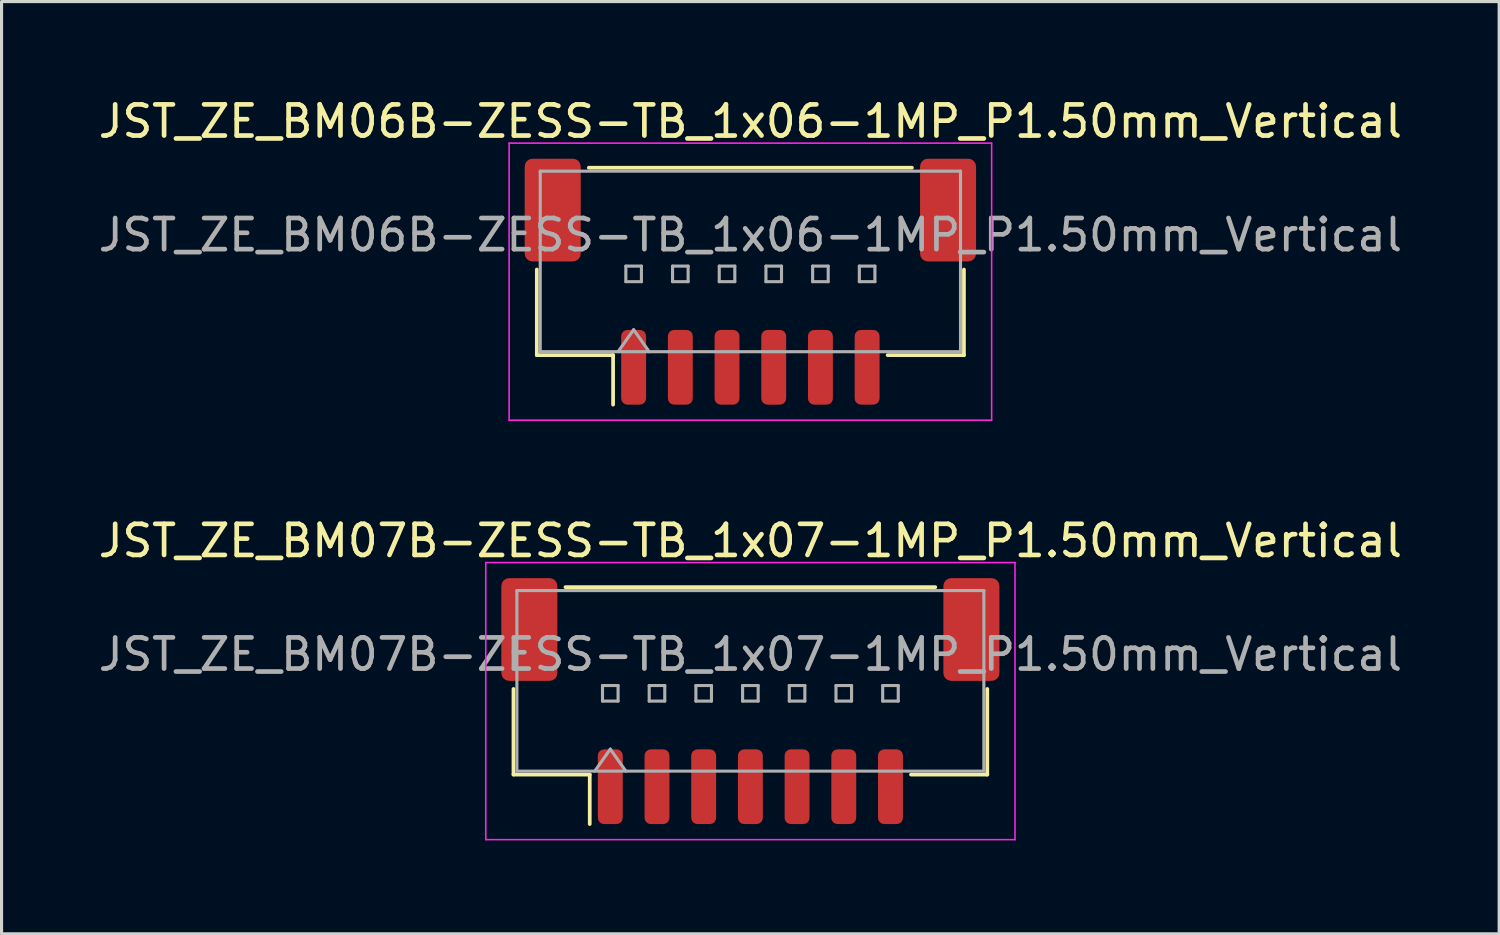
<source format=kicad_pcb>
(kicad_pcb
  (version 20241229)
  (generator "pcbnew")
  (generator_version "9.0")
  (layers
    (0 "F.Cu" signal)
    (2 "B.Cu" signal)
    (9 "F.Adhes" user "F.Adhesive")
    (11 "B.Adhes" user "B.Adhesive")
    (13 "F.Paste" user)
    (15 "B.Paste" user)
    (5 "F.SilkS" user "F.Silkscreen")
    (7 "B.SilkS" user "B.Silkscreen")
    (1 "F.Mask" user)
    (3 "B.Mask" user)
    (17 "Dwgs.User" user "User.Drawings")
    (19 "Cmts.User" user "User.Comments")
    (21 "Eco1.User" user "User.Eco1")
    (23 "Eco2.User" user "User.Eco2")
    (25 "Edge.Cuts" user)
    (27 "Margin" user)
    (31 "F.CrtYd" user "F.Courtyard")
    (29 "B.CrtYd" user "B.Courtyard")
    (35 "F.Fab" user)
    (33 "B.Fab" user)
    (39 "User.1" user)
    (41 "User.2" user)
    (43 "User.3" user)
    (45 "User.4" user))
  (footprint "JST_ZE_BM06B-ZESS-TB_1x06-1MP_P1.50mm_Vertical"
    (layer "F.Cu")
    (at 21.054 5.998)
    (property "Reference" "JST_ZE_BM06B-ZESS-TB_1x06-1MP_P1.50mm_Vertical" (at 0 -5.15 0) (layer "F.SilkS") (effects (font (size 1 1) (thickness 0.15))))
    (attr smd)
    (fp_line (start -6.86 -0.39) (end -6.86 2.36) (stroke (width 0.12) (type solid)) (layer "F.SilkS"))
    (fp_line (start -6.86 2.36) (end -4.41 2.36) (stroke (width 0.12) (type solid)) (layer "F.SilkS"))
    (fp_line (start -5.19 -3.66) (end 5.19 -3.66) (stroke (width 0.12) (type solid)) (layer "F.SilkS"))
    (fp_line (start -4.41 2.36) (end -4.41 3.95) (stroke (width 0.12) (type solid)) (layer "F.SilkS"))
    (fp_line (start 6.86 -0.39) (end 6.86 2.36) (stroke (width 0.12) (type solid)) (layer "F.SilkS"))
    (fp_line (start 6.86 2.36) (end 4.41 2.36) (stroke (width 0.12) (type solid)) (layer "F.SilkS"))
    (fp_line (start -7.75 -4.45) (end -7.75 4.45) (stroke (width 0.05) (type solid)) (layer "F.CrtYd"))
    (fp_line (start -7.75 4.45) (end 7.75 4.45) (stroke (width 0.05) (type solid)) (layer "F.CrtYd"))
    (fp_line (start 7.75 -4.45) (end -7.75 -4.45) (stroke (width 0.05) (type solid)) (layer "F.CrtYd"))
    (fp_line (start 7.75 4.45) (end 7.75 -4.45) (stroke (width 0.05) (type solid)) (layer "F.CrtYd"))
    (fp_line (start -6.75 -3.55) (end 6.75 -3.55) (stroke (width 0.1) (type solid)) (layer "F.Fab"))
    (fp_line (start -6.75 2.25) (end -6.75 -3.55) (stroke (width 0.1) (type solid)) (layer "F.Fab"))
    (fp_line (start -6.75 2.25) (end 6.75 2.25) (stroke (width 0.1) (type solid)) (layer "F.Fab"))
    (fp_line (start -4.25 2.25) (end -3.75 1.543) (stroke (width 0.1) (type solid)) (layer "F.Fab"))
    (fp_line (start -4 -0.5) (end -4 0) (stroke (width 0.1) (type solid)) (layer "F.Fab"))
    (fp_line (start -4 0) (end -3.5 0) (stroke (width 0.1) (type solid)) (layer "F.Fab"))
    (fp_line (start -3.75 1.543) (end -3.25 2.25) (stroke (width 0.1) (type solid)) (layer "F.Fab"))
    (fp_line (start -3.5 -0.5) (end -4 -0.5) (stroke (width 0.1) (type solid)) (layer "F.Fab"))
    (fp_line (start -3.5 0) (end -3.5 -0.5) (stroke (width 0.1) (type solid)) (layer "F.Fab"))
    (fp_line (start -2.5 -0.5) (end -2.5 0) (stroke (width 0.1) (type solid)) (layer "F.Fab"))
    (fp_line (start -2.5 0) (end -2 0) (stroke (width 0.1) (type solid)) (layer "F.Fab"))
    (fp_line (start -2 -0.5) (end -2.5 -0.5) (stroke (width 0.1) (type solid)) (layer "F.Fab"))
    (fp_line (start -2 0) (end -2 -0.5) (stroke (width 0.1) (type solid)) (layer "F.Fab"))
    (fp_line (start -1 -0.5) (end -1 0) (stroke (width 0.1) (type solid)) (layer "F.Fab"))
    (fp_line (start -1 0) (end -0.5 0) (stroke (width 0.1) (type solid)) (layer "F.Fab"))
    (fp_line (start -0.5 -0.5) (end -1 -0.5) (stroke (width 0.1) (type solid)) (layer "F.Fab"))
    (fp_line (start -0.5 0) (end -0.5 -0.5) (stroke (width 0.1) (type solid)) (layer "F.Fab"))
    (fp_line (start 0.5 -0.5) (end 0.5 0) (stroke (width 0.1) (type solid)) (layer "F.Fab"))
    (fp_line (start 0.5 0) (end 1 0) (stroke (width 0.1) (type solid)) (layer "F.Fab"))
    (fp_line (start 1 -0.5) (end 0.5 -0.5) (stroke (width 0.1) (type solid)) (layer "F.Fab"))
    (fp_line (start 1 0) (end 1 -0.5) (stroke (width 0.1) (type solid)) (layer "F.Fab"))
    (fp_line (start 2 -0.5) (end 2 0) (stroke (width 0.1) (type solid)) (layer "F.Fab"))
    (fp_line (start 2 0) (end 2.5 0) (stroke (width 0.1) (type solid)) (layer "F.Fab"))
    (fp_line (start 2.5 -0.5) (end 2 -0.5) (stroke (width 0.1) (type solid)) (layer "F.Fab"))
    (fp_line (start 2.5 0) (end 2.5 -0.5) (stroke (width 0.1) (type solid)) (layer "F.Fab"))
    (fp_line (start 3.5 -0.5) (end 3.5 0) (stroke (width 0.1) (type solid)) (layer "F.Fab"))
    (fp_line (start 3.5 0) (end 4 0) (stroke (width 0.1) (type solid)) (layer "F.Fab"))
    (fp_line (start 4 -0.5) (end 3.5 -0.5) (stroke (width 0.1) (type solid)) (layer "F.Fab"))
    (fp_line (start 4 0) (end 4 -0.5) (stroke (width 0.1) (type solid)) (layer "F.Fab"))
    (fp_line (start 6.75 2.25) (end 6.75 -3.55) (stroke (width 0.1) (type solid)) (layer "F.Fab"))
    (fp_text user "${REFERENCE}" (at 0 -1.5 0) (layer "F.Fab") (effects (font (size 1 1) (thickness 0.15))))
    (pad "1" smd roundrect (at -3.75 2.75) (size 0.8 2.4) (layers "F.Cu" "F.Mask" "F.Paste") (roundrect_rratio 0.25))
    (pad "2" smd roundrect (at -2.25 2.75) (size 0.8 2.4) (layers "F.Cu" "F.Mask" "F.Paste") (roundrect_rratio 0.25))
    (pad "3" smd roundrect (at -0.75 2.75) (size 0.8 2.4) (layers "F.Cu" "F.Mask" "F.Paste") (roundrect_rratio 0.25))
    (pad "4" smd roundrect (at 0.75 2.75) (size 0.8 2.4) (layers "F.Cu" "F.Mask" "F.Paste") (roundrect_rratio 0.25))
    (pad "5" smd roundrect (at 2.25 2.75) (size 0.8 2.4) (layers "F.Cu" "F.Mask" "F.Paste") (roundrect_rratio 0.25))
    (pad "6" smd roundrect (at 3.75 2.75) (size 0.8 2.4) (layers "F.Cu" "F.Mask" "F.Paste") (roundrect_rratio 0.25))
    (pad "MP" smd roundrect (at -6.35 -2.3) (size 1.8 3.3) (layers "F.Cu" "F.Mask" "F.Paste") (roundrect_rratio 0.139))
    (pad "MP" smd roundrect (at 6.35 -2.3) (size 1.8 3.3) (layers "F.Cu" "F.Mask" "F.Paste") (roundrect_rratio 0.139)))
  (footprint "JST_ZE_BM07B-ZESS-TB_1x07-1MP_P1.50mm_Vertical"
    (layer "F.Cu")
    (at 21.054 19.471)
    (property "Reference" "JST_ZE_BM07B-ZESS-TB_1x07-1MP_P1.50mm_Vertical" (at 0 -5.15 0) (layer "F.SilkS") (effects (font (size 1 1) (thickness 0.15))))
    (attr smd)
    (fp_line (start -7.61 -0.39) (end -7.61 2.36) (stroke (width 0.12) (type solid)) (layer "F.SilkS"))
    (fp_line (start -7.61 2.36) (end -5.16 2.36) (stroke (width 0.12) (type solid)) (layer "F.SilkS"))
    (fp_line (start -5.94 -3.66) (end 5.94 -3.66) (stroke (width 0.12) (type solid)) (layer "F.SilkS"))
    (fp_line (start -5.16 2.36) (end -5.16 3.95) (stroke (width 0.12) (type solid)) (layer "F.SilkS"))
    (fp_line (start 7.61 -0.39) (end 7.61 2.36) (stroke (width 0.12) (type solid)) (layer "F.SilkS"))
    (fp_line (start 7.61 2.36) (end 5.16 2.36) (stroke (width 0.12) (type solid)) (layer "F.SilkS"))
    (fp_line (start -8.5 -4.45) (end -8.5 4.45) (stroke (width 0.05) (type solid)) (layer "F.CrtYd"))
    (fp_line (start -8.5 4.45) (end 8.5 4.45) (stroke (width 0.05) (type solid)) (layer "F.CrtYd"))
    (fp_line (start 8.5 -4.45) (end -8.5 -4.45) (stroke (width 0.05) (type solid)) (layer "F.CrtYd"))
    (fp_line (start 8.5 4.45) (end 8.5 -4.45) (stroke (width 0.05) (type solid)) (layer "F.CrtYd"))
    (fp_line (start -7.5 -3.55) (end 7.5 -3.55) (stroke (width 0.1) (type solid)) (layer "F.Fab"))
    (fp_line (start -7.5 2.25) (end -7.5 -3.55) (stroke (width 0.1) (type solid)) (layer "F.Fab"))
    (fp_line (start -7.5 2.25) (end 7.5 2.25) (stroke (width 0.1) (type solid)) (layer "F.Fab"))
    (fp_line (start -5 2.25) (end -4.5 1.543) (stroke (width 0.1) (type solid)) (layer "F.Fab"))
    (fp_line (start -4.75 -0.5) (end -4.75 0) (stroke (width 0.1) (type solid)) (layer "F.Fab"))
    (fp_line (start -4.75 0) (end -4.25 0) (stroke (width 0.1) (type solid)) (layer "F.Fab"))
    (fp_line (start -4.5 1.543) (end -4 2.25) (stroke (width 0.1) (type solid)) (layer "F.Fab"))
    (fp_line (start -4.25 -0.5) (end -4.75 -0.5) (stroke (width 0.1) (type solid)) (layer "F.Fab"))
    (fp_line (start -4.25 0) (end -4.25 -0.5) (stroke (width 0.1) (type solid)) (layer "F.Fab"))
    (fp_line (start -3.25 -0.5) (end -3.25 0) (stroke (width 0.1) (type solid)) (layer "F.Fab"))
    (fp_line (start -3.25 0) (end -2.75 0) (stroke (width 0.1) (type solid)) (layer "F.Fab"))
    (fp_line (start -2.75 -0.5) (end -3.25 -0.5) (stroke (width 0.1) (type solid)) (layer "F.Fab"))
    (fp_line (start -2.75 0) (end -2.75 -0.5) (stroke (width 0.1) (type solid)) (layer "F.Fab"))
    (fp_line (start -1.75 -0.5) (end -1.75 0) (stroke (width 0.1) (type solid)) (layer "F.Fab"))
    (fp_line (start -1.75 0) (end -1.25 0) (stroke (width 0.1) (type solid)) (layer "F.Fab"))
    (fp_line (start -1.25 -0.5) (end -1.75 -0.5) (stroke (width 0.1) (type solid)) (layer "F.Fab"))
    (fp_line (start -1.25 0) (end -1.25 -0.5) (stroke (width 0.1) (type solid)) (layer "F.Fab"))
    (fp_line (start -0.25 -0.5) (end -0.25 0) (stroke (width 0.1) (type solid)) (layer "F.Fab"))
    (fp_line (start -0.25 0) (end 0.25 0) (stroke (width 0.1) (type solid)) (layer "F.Fab"))
    (fp_line (start 0.25 -0.5) (end -0.25 -0.5) (stroke (width 0.1) (type solid)) (layer "F.Fab"))
    (fp_line (start 0.25 0) (end 0.25 -0.5) (stroke (width 0.1) (type solid)) (layer "F.Fab"))
    (fp_line (start 1.25 -0.5) (end 1.25 0) (stroke (width 0.1) (type solid)) (layer "F.Fab"))
    (fp_line (start 1.25 0) (end 1.75 0) (stroke (width 0.1) (type solid)) (layer "F.Fab"))
    (fp_line (start 1.75 -0.5) (end 1.25 -0.5) (stroke (width 0.1) (type solid)) (layer "F.Fab"))
    (fp_line (start 1.75 0) (end 1.75 -0.5) (stroke (width 0.1) (type solid)) (layer "F.Fab"))
    (fp_line (start 2.75 -0.5) (end 2.75 0) (stroke (width 0.1) (type solid)) (layer "F.Fab"))
    (fp_line (start 2.75 0) (end 3.25 0) (stroke (width 0.1) (type solid)) (layer "F.Fab"))
    (fp_line (start 3.25 -0.5) (end 2.75 -0.5) (stroke (width 0.1) (type solid)) (layer "F.Fab"))
    (fp_line (start 3.25 0) (end 3.25 -0.5) (stroke (width 0.1) (type solid)) (layer "F.Fab"))
    (fp_line (start 4.25 -0.5) (end 4.25 0) (stroke (width 0.1) (type solid)) (layer "F.Fab"))
    (fp_line (start 4.25 0) (end 4.75 0) (stroke (width 0.1) (type solid)) (layer "F.Fab"))
    (fp_line (start 4.75 -0.5) (end 4.25 -0.5) (stroke (width 0.1) (type solid)) (layer "F.Fab"))
    (fp_line (start 4.75 0) (end 4.75 -0.5) (stroke (width 0.1) (type solid)) (layer "F.Fab"))
    (fp_line (start 7.5 2.25) (end 7.5 -3.55) (stroke (width 0.1) (type solid)) (layer "F.Fab"))
    (fp_text user "${REFERENCE}" (at 0 -1.5 0) (layer "F.Fab") (effects (font (size 1 1) (thickness 0.15))))
    (pad "1" smd roundrect (at -4.5 2.75) (size 0.8 2.4) (layers "F.Cu" "F.Mask" "F.Paste") (roundrect_rratio 0.25))
    (pad "2" smd roundrect (at -3 2.75) (size 0.8 2.4) (layers "F.Cu" "F.Mask" "F.Paste") (roundrect_rratio 0.25))
    (pad "3" smd roundrect (at -1.5 2.75) (size 0.8 2.4) (layers "F.Cu" "F.Mask" "F.Paste") (roundrect_rratio 0.25))
    (pad "4" smd roundrect (at 0 2.75) (size 0.8 2.4) (layers "F.Cu" "F.Mask" "F.Paste") (roundrect_rratio 0.25))
    (pad "5" smd roundrect (at 1.5 2.75) (size 0.8 2.4) (layers "F.Cu" "F.Mask" "F.Paste") (roundrect_rratio 0.25))
    (pad "6" smd roundrect (at 3 2.75) (size 0.8 2.4) (layers "F.Cu" "F.Mask" "F.Paste") (roundrect_rratio 0.25))
    (pad "7" smd roundrect (at 4.5 2.75) (size 0.8 2.4) (layers "F.Cu" "F.Mask" "F.Paste") (roundrect_rratio 0.25))
    (pad "MP" smd roundrect (at -7.1 -2.3) (size 1.8 3.3) (layers "F.Cu" "F.Mask" "F.Paste") (roundrect_rratio 0.139))
    (pad "MP" smd roundrect (at 7.1 -2.3) (size 1.8 3.3) (layers "F.Cu" "F.Mask" "F.Paste") (roundrect_rratio 0.139)))
  (gr_rect
    (start -3 -3)
    (end 45.107 26.947)
    (stroke (width 0.1) (type default))
    (fill no)
    (layer "Edge.Cuts")))
</source>
